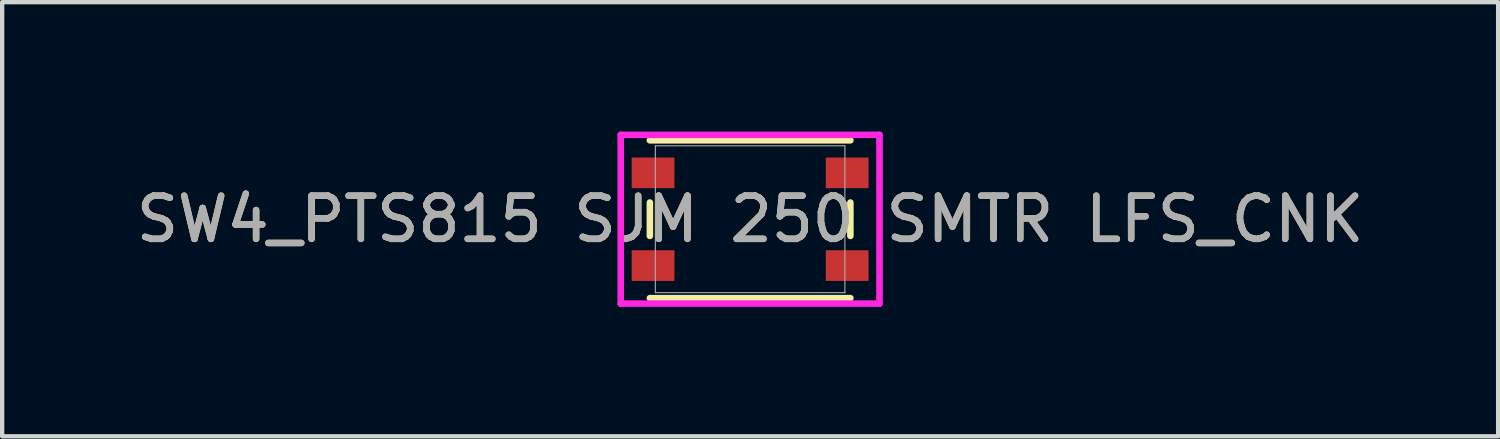
<source format=kicad_pcb>
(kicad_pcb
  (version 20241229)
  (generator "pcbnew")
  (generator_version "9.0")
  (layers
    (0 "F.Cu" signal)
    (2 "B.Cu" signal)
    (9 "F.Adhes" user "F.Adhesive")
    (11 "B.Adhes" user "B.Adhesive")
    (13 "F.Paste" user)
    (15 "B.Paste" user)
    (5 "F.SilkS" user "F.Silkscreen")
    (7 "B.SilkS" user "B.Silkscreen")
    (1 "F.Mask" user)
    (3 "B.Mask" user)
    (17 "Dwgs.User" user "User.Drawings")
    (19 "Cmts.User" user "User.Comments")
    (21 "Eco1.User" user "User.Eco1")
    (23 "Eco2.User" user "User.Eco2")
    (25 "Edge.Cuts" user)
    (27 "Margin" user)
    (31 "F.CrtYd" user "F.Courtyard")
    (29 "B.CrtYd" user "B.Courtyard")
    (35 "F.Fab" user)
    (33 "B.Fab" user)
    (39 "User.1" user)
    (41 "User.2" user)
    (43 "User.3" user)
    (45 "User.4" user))
  (footprint "SW4_PTS815 SJM 250 SMTR LFS_CNK"
    (layer "F.Cu")
    (at 14.339 2.032)
    (property "Reference" "SW4_PTS815 SJM 250 SMTR LFS_CNK" (at 0 0 0) (unlocked yes) (layer "F.SilkS") (effects (font (size 1 1) (thickness 0.15))))
    (attr smd)
    (fp_line (start -2.324 -0.387) (end -2.324 0.387) (stroke (width 0.152) (type solid)) (layer "F.SilkS"))
    (fp_line (start -2.324 1.829) (end 2.324 1.829) (stroke (width 0.152) (type solid)) (layer "F.SilkS"))
    (fp_line (start 2.324 -1.829) (end -2.324 -1.829) (stroke (width 0.152) (type solid)) (layer "F.SilkS"))
    (fp_line (start 2.324 0.387) (end 2.324 -0.387) (stroke (width 0.152) (type solid)) (layer "F.SilkS"))
    (fp_line (start -2.999 -1.956) (end -2.999 1.956) (stroke (width 0.152) (type solid)) (layer "F.CrtYd"))
    (fp_line (start -2.999 1.956) (end 2.999 1.956) (stroke (width 0.152) (type solid)) (layer "F.CrtYd"))
    (fp_line (start 2.999 -1.956) (end -2.999 -1.956) (stroke (width 0.152) (type solid)) (layer "F.CrtYd"))
    (fp_line (start 2.999 1.956) (end 2.999 -1.956) (stroke (width 0.152) (type solid)) (layer "F.CrtYd"))
    (fp_line (start -2.197 -1.702) (end -2.197 1.702) (stroke (width 0.025) (type solid)) (layer "F.Fab"))
    (fp_line (start -2.197 1.702) (end 2.197 1.702) (stroke (width 0.025) (type solid)) (layer "F.Fab"))
    (fp_line (start 2.197 -1.702) (end -2.197 -1.702) (stroke (width 0.025) (type solid)) (layer "F.Fab"))
    (fp_line (start 2.197 1.702) (end 2.197 -1.702) (stroke (width 0.025) (type solid)) (layer "F.Fab"))
    (fp_text user "${REFERENCE}" (at 0 0 0) (unlocked yes) (layer "F.Fab") (effects (font (size 1 1) (thickness 0.15))))
    (pad "1" smd rect (at -2.25 -1.075) (size 0.991 0.711) (layers "F.Cu" "F.Mask" "F.Paste"))
    (pad "1" smd rect (at 2.25 -1.075) (size 0.991 0.711) (layers "F.Cu" "F.Mask" "F.Paste"))
    (pad "2" smd rect (at -2.25 1.075) (size 0.991 0.711) (layers "F.Cu" "F.Mask" "F.Paste"))
    (pad "2" smd rect (at 2.25 1.075) (size 0.991 0.711) (layers "F.Cu" "F.Mask" "F.Paste")))
  (gr_rect
    (start -3 -3)
    (end 31.679 7.064)
    (stroke (width 0.1) (type default))
    (fill no)
    (layer "Edge.Cuts")))
</source>
